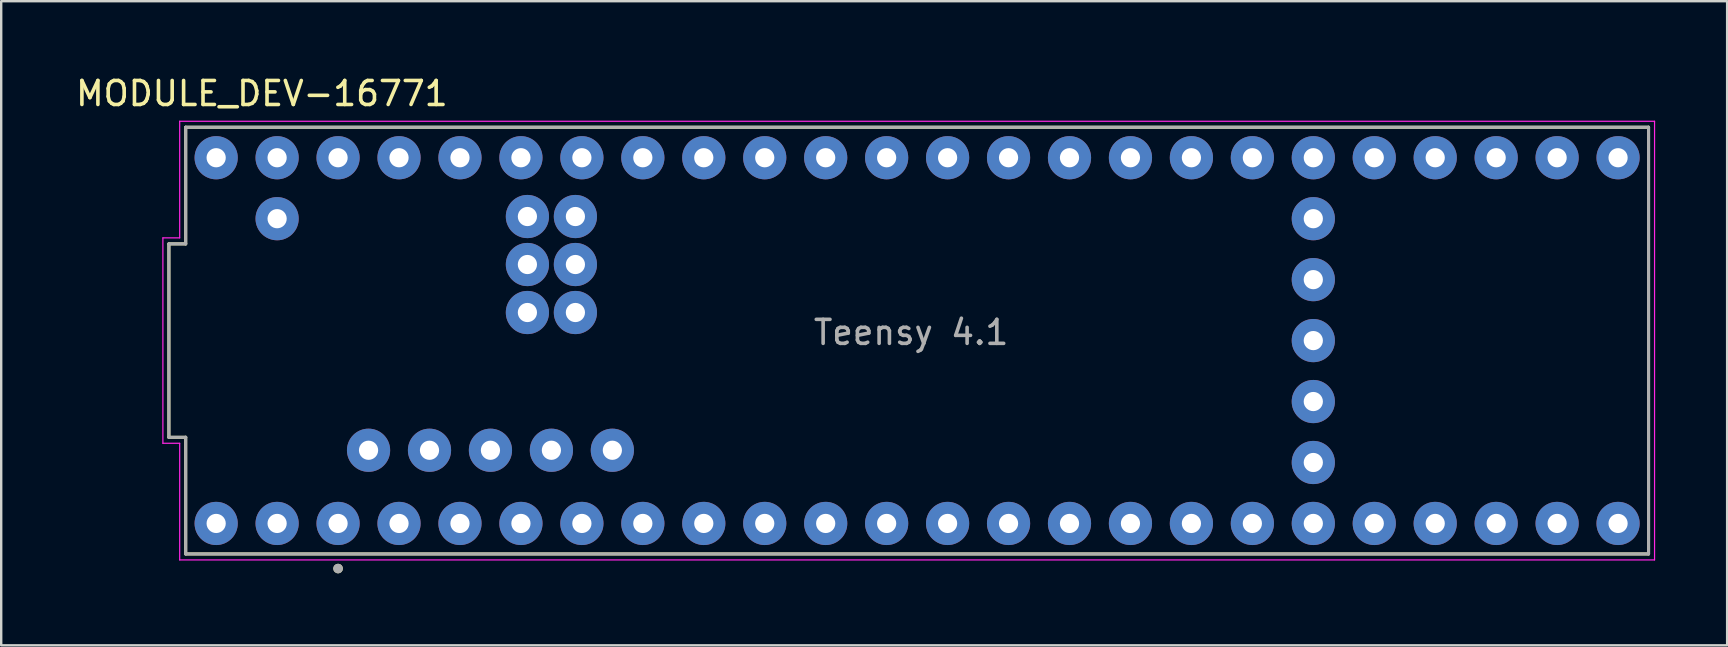
<source format=kicad_pcb>
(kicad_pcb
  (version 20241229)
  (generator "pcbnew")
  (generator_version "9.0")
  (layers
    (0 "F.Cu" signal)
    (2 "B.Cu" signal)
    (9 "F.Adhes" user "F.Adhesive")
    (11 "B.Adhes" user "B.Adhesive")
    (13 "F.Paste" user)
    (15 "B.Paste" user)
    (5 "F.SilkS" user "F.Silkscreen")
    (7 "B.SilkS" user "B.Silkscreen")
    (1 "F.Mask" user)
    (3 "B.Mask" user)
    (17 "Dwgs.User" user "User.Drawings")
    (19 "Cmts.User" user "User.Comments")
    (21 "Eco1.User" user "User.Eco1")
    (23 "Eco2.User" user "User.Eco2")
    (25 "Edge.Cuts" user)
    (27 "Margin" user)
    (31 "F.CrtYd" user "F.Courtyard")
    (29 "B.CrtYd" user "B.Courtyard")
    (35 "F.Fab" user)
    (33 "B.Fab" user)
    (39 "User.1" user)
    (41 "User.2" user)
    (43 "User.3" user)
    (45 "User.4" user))
  (footprint "MODULE_DEV-16771"
    (layer "F.Cu")
    (at 35.168 11.143)
    (property "Reference" "MODULE_DEV-16771" (at -27.305 -10.295 0) (layer "F.SilkS") (effects (font (size 1 1) (thickness 0.15))))
    (attr through_hole)
    (fp_line (start -31.18 4.03) (end -31.18 -4.03) (stroke (width 0.127) (type solid)) (layer "F.SilkS"))
    (fp_line (start -30.48 -8.89) (end -30.48 -4.03) (stroke (width 0.127) (type solid)) (layer "F.SilkS"))
    (fp_line (start -30.48 -8.89) (end 30.48 -8.89) (stroke (width 0.127) (type solid)) (layer "F.SilkS"))
    (fp_line (start -30.48 -4.03) (end -31.18 -4.03) (stroke (width 0.127) (type solid)) (layer "F.SilkS"))
    (fp_line (start -30.48 4.03) (end -31.18 4.03) (stroke (width 0.127) (type solid)) (layer "F.SilkS"))
    (fp_line (start -30.48 8.89) (end -30.48 4.03) (stroke (width 0.127) (type solid)) (layer "F.SilkS"))
    (fp_line (start 30.48 -8.89) (end 30.48 8.89) (stroke (width 0.127) (type solid)) (layer "F.SilkS"))
    (fp_line (start 30.48 8.89) (end -30.48 8.89) (stroke (width 0.127) (type solid)) (layer "F.SilkS"))
    (fp_circle (center -24.13 9.5) (end -24.03 9.5) (stroke (width 0.2) (type solid)) (fill no) (layer "F.SilkS"))
    (fp_line (start -31.43 4.28) (end -31.43 -4.28) (stroke (width 0.05) (type solid)) (layer "F.CrtYd"))
    (fp_line (start -30.73 -9.14) (end -30.73 -4.28) (stroke (width 0.05) (type solid)) (layer "F.CrtYd"))
    (fp_line (start -30.73 -9.14) (end 30.73 -9.14) (stroke (width 0.05) (type solid)) (layer "F.CrtYd"))
    (fp_line (start -30.73 -4.28) (end -31.43 -4.28) (stroke (width 0.05) (type solid)) (layer "F.CrtYd"))
    (fp_line (start -30.73 4.28) (end -31.43 4.28) (stroke (width 0.05) (type solid)) (layer "F.CrtYd"))
    (fp_line (start -30.73 9.14) (end -30.73 4.28) (stroke (width 0.05) (type solid)) (layer "F.CrtYd"))
    (fp_line (start 30.73 -9.14) (end 30.73 9.14) (stroke (width 0.05) (type solid)) (layer "F.CrtYd"))
    (fp_line (start 30.73 9.14) (end -30.73 9.14) (stroke (width 0.05) (type solid)) (layer "F.CrtYd"))
    (fp_line (start -31.18 4.03) (end -31.18 -4.03) (stroke (width 0.127) (type solid)) (layer "F.Fab"))
    (fp_line (start -30.48 -8.89) (end -30.48 -4.03) (stroke (width 0.127) (type solid)) (layer "F.Fab"))
    (fp_line (start -30.48 -8.89) (end 30.48 -8.89) (stroke (width 0.127) (type solid)) (layer "F.Fab"))
    (fp_line (start -30.48 -4.03) (end -31.18 -4.03) (stroke (width 0.127) (type solid)) (layer "F.Fab"))
    (fp_line (start -30.48 4.03) (end -31.18 4.03) (stroke (width 0.127) (type solid)) (layer "F.Fab"))
    (fp_line (start -30.48 8.89) (end -30.48 4.03) (stroke (width 0.127) (type solid)) (layer "F.Fab"))
    (fp_line (start 30.48 -8.89) (end 30.48 8.89) (stroke (width 0.127) (type solid)) (layer "F.Fab"))
    (fp_line (start 30.48 8.89) (end -30.48 8.89) (stroke (width 0.127) (type solid)) (layer "F.Fab"))
    (fp_circle (center -24.13 9.5) (end -24.03 9.5) (stroke (width 0.2) (type solid)) (fill no) (layer "F.Fab"))
    (fp_text user "Teensy 4.1" (at -0.25 -0.34 0) (layer "F.Fab") (effects (font (size 1 1) (thickness 0.15))))
    (pad "0" thru_hole circle (at -26.67 7.62) (size 1.8 1.8) (drill 0.8) (layers "*.Cu" "*.Mask"))
    (pad "1" thru_hole circle (at -24.13 7.62) (size 1.8 1.8) (drill 0.8) (layers "*.Cu" "*.Mask"))
    (pad "2" thru_hole circle (at -21.59 7.62) (size 1.8 1.8) (drill 0.8) (layers "*.Cu" "*.Mask"))
    (pad "3" thru_hole circle (at -19.05 7.62) (size 1.8 1.8) (drill 0.8) (layers "*.Cu" "*.Mask"))
    (pad "3.3V_1" thru_hole circle (at 6.35 7.62) (size 1.8 1.8) (drill 0.8) (layers "*.Cu" "*.Mask"))
    (pad "3.3V_2" thru_hole circle (at -24.13 -7.62) (size 1.8 1.8) (drill 0.8) (layers "*.Cu" "*.Mask"))
    (pad "3.3V_3" thru_hole circle (at 16.51 2.54) (size 1.8 1.8) (drill 0.8) (layers "*.Cu" "*.Mask"))
    (pad "4" thru_hole circle (at -16.51 7.62) (size 1.8 1.8) (drill 0.8) (layers "*.Cu" "*.Mask"))
    (pad "5" thru_hole circle (at -13.97 7.62) (size 1.8 1.8) (drill 0.8) (layers "*.Cu" "*.Mask"))
    (pad "5V" thru_hole circle (at -22.86 4.57) (size 1.8 1.8) (drill 0.8) (layers "*.Cu" "*.Mask"))
    (pad "6" thru_hole circle (at -11.43 7.62) (size 1.8 1.8) (drill 0.8) (layers "*.Cu" "*.Mask"))
    (pad "7" thru_hole circle (at -8.89 7.62) (size 1.8 1.8) (drill 0.8) (layers "*.Cu" "*.Mask"))
    (pad "8" thru_hole circle (at -6.35 7.62) (size 1.8 1.8) (drill 0.8) (layers "*.Cu" "*.Mask"))
    (pad "9" thru_hole circle (at -3.81 7.62) (size 1.8 1.8) (drill 0.8) (layers "*.Cu" "*.Mask"))
    (pad "10" thru_hole circle (at -1.27 7.62) (size 1.8 1.8) (drill 0.8) (layers "*.Cu" "*.Mask"))
    (pad "11" thru_hole circle (at 1.27 7.62) (size 1.8 1.8) (drill 0.8) (layers "*.Cu" "*.Mask"))
    (pad "12" thru_hole circle (at 3.81 7.62) (size 1.8 1.8) (drill 0.8) (layers "*.Cu" "*.Mask"))
    (pad "13" thru_hole circle (at 3.81 -7.62) (size 1.8 1.8) (drill 0.8) (layers "*.Cu" "*.Mask"))
    (pad "14" thru_hole circle (at 1.27 -7.62) (size 1.8 1.8) (drill 0.8) (layers "*.Cu" "*.Mask"))
    (pad "15" thru_hole circle (at -1.27 -7.62) (size 1.8 1.8) (drill 0.8) (layers "*.Cu" "*.Mask"))
    (pad "16" thru_hole circle (at -3.81 -7.62) (size 1.8 1.8) (drill 0.8) (layers "*.Cu" "*.Mask"))
    (pad "17" thru_hole circle (at -6.35 -7.62) (size 1.8 1.8) (drill 0.8) (layers "*.Cu" "*.Mask"))
    (pad "18" thru_hole circle (at -8.89 -7.62) (size 1.8 1.8) (drill 0.8) (layers "*.Cu" "*.Mask"))
    (pad "19" thru_hole circle (at -11.43 -7.62) (size 1.8 1.8) (drill 0.8) (layers "*.Cu" "*.Mask"))
    (pad "20" thru_hole circle (at -13.97 -7.62) (size 1.8 1.8) (drill 0.8) (layers "*.Cu" "*.Mask"))
    (pad "21" thru_hole circle (at -16.51 -7.62) (size 1.8 1.8) (drill 0.8) (layers "*.Cu" "*.Mask"))
    (pad "22" thru_hole circle (at -19.05 -7.62) (size 1.8 1.8) (drill 0.8) (layers "*.Cu" "*.Mask"))
    (pad "23" thru_hole circle (at -21.59 -7.62) (size 1.8 1.8) (drill 0.8) (layers "*.Cu" "*.Mask"))
    (pad "24" thru_hole circle (at 8.89 7.62) (size 1.8 1.8) (drill 0.8) (layers "*.Cu" "*.Mask"))
    (pad "25" thru_hole circle (at 11.43 7.62) (size 1.8 1.8) (drill 0.8) (layers "*.Cu" "*.Mask"))
    (pad "26" thru_hole circle (at 13.97 7.62) (size 1.8 1.8) (drill 0.8) (layers "*.Cu" "*.Mask"))
    (pad "27" thru_hole circle (at 16.51 7.62) (size 1.8 1.8) (drill 0.8) (layers "*.Cu" "*.Mask"))
    (pad "28" thru_hole circle (at 19.05 7.62) (size 1.8 1.8) (drill 0.8) (layers "*.Cu" "*.Mask"))
    (pad "29" thru_hole circle (at 21.59 7.62) (size 1.8 1.8) (drill 0.8) (layers "*.Cu" "*.Mask"))
    (pad "30" thru_hole circle (at 24.13 7.62) (size 1.8 1.8) (drill 0.8) (layers "*.Cu" "*.Mask"))
    (pad "31" thru_hole circle (at 26.67 7.62) (size 1.8 1.8) (drill 0.8) (layers "*.Cu" "*.Mask"))
    (pad "32" thru_hole circle (at 29.21 7.62) (size 1.8 1.8) (drill 0.8) (layers "*.Cu" "*.Mask"))
    (pad "33" thru_hole circle (at 29.21 -7.62) (size 1.8 1.8) (drill 0.8) (layers "*.Cu" "*.Mask"))
    (pad "34" thru_hole circle (at 26.67 -7.62) (size 1.8 1.8) (drill 0.8) (layers "*.Cu" "*.Mask"))
    (pad "35" thru_hole circle (at 24.13 -7.62) (size 1.8 1.8) (drill 0.8) (layers "*.Cu" "*.Mask"))
    (pad "36" thru_hole circle (at 21.59 -7.62) (size 1.8 1.8) (drill 0.8) (layers "*.Cu" "*.Mask"))
    (pad "37" thru_hole circle (at 19.05 -7.62) (size 1.8 1.8) (drill 0.8) (layers "*.Cu" "*.Mask"))
    (pad "38" thru_hole circle (at 16.51 -7.62) (size 1.8 1.8) (drill 0.8) (layers "*.Cu" "*.Mask"))
    (pad "39" thru_hole circle (at 13.97 -7.62) (size 1.8 1.8) (drill 0.8) (layers "*.Cu" "*.Mask"))
    (pad "40" thru_hole circle (at 11.43 -7.62) (size 1.8 1.8) (drill 0.8) (layers "*.Cu" "*.Mask"))
    (pad "41" thru_hole circle (at 8.89 -7.62) (size 1.8 1.8) (drill 0.8) (layers "*.Cu" "*.Mask"))
    (pad "D+" thru_hole circle (at -17.78 4.57) (size 1.8 1.8) (drill 0.8) (layers "*.Cu" "*.Mask"))
    (pad "D-" thru_hole circle (at -20.32 4.57) (size 1.8 1.8) (drill 0.8) (layers "*.Cu" "*.Mask"))
    (pad "GND1" thru_hole circle (at -29.21 7.62) (size 1.8 1.8) (drill 0.8) (layers "*.Cu" "*.Mask"))
    (pad "GND2" thru_hole circle (at 6.35 -7.62) (size 1.8 1.8) (drill 0.8) (layers "*.Cu" "*.Mask"))
    (pad "GND3" thru_hole circle (at -26.67 -7.62) (size 1.8 1.8) (drill 0.8) (layers "*.Cu" "*.Mask"))
    (pad "GND4" thru_hole circle (at 16.51 0) (size 1.8 1.8) (drill 0.8) (layers "*.Cu" "*.Mask"))
    (pad "GND5" thru_hole circle (at -14.24 -3.17) (size 1.8 1.8) (drill 0.8) (layers "*.Cu" "*.Mask"))
    (pad "LED" thru_hole circle (at -16.24 -3.17) (size 1.8 1.8) (drill 0.8) (layers "*.Cu" "*.Mask"))
    (pad "ON/OFF" thru_hole circle (at 16.51 -5.08) (size 1.8 1.8) (drill 0.8) (layers "*.Cu" "*.Mask"))
    (pad "PROGRAM" thru_hole circle (at 16.51 -2.54) (size 1.8 1.8) (drill 0.8) (layers "*.Cu" "*.Mask"))
    (pad "R+" thru_hole circle (at -16.24 -5.17) (size 1.8 1.8) (drill 0.8) (layers "*.Cu" "*.Mask"))
    (pad "R-" thru_hole circle (at -14.24 -5.17) (size 1.8 1.8) (drill 0.8) (layers "*.Cu" "*.Mask"))
    (pad "T+" thru_hole circle (at -14.24 -1.17) (size 1.8 1.8) (drill 0.8) (layers "*.Cu" "*.Mask"))
    (pad "T-" thru_hole circle (at -16.24 -1.17) (size 1.8 1.8) (drill 0.8) (layers "*.Cu" "*.Mask"))
    (pad "USB_GND1" thru_hole circle (at -15.24 4.57) (size 1.8 1.8) (drill 0.8) (layers "*.Cu" "*.Mask"))
    (pad "USB_GND2" thru_hole circle (at -12.7 4.57) (size 1.8 1.8) (drill 0.8) (layers "*.Cu" "*.Mask"))
    (pad "VBAT" thru_hole circle (at 16.51 5.08) (size 1.8 1.8) (drill 0.8) (layers "*.Cu" "*.Mask"))
    (pad "VIN" thru_hole circle (at -29.21 -7.62) (size 1.8 1.8) (drill 0.8) (layers "*.Cu" "*.Mask"))
    (pad "VUSB" thru_hole circle (at -26.67 -5.08) (size 1.8 1.8) (drill 0.8) (layers "*.Cu" "*.Mask")))
  (gr_rect
    (start -3 -3)
    (end 68.923 23.843)
    (stroke (width 0.1) (type default))
    (fill no)
    (layer "Edge.Cuts")))
</source>
